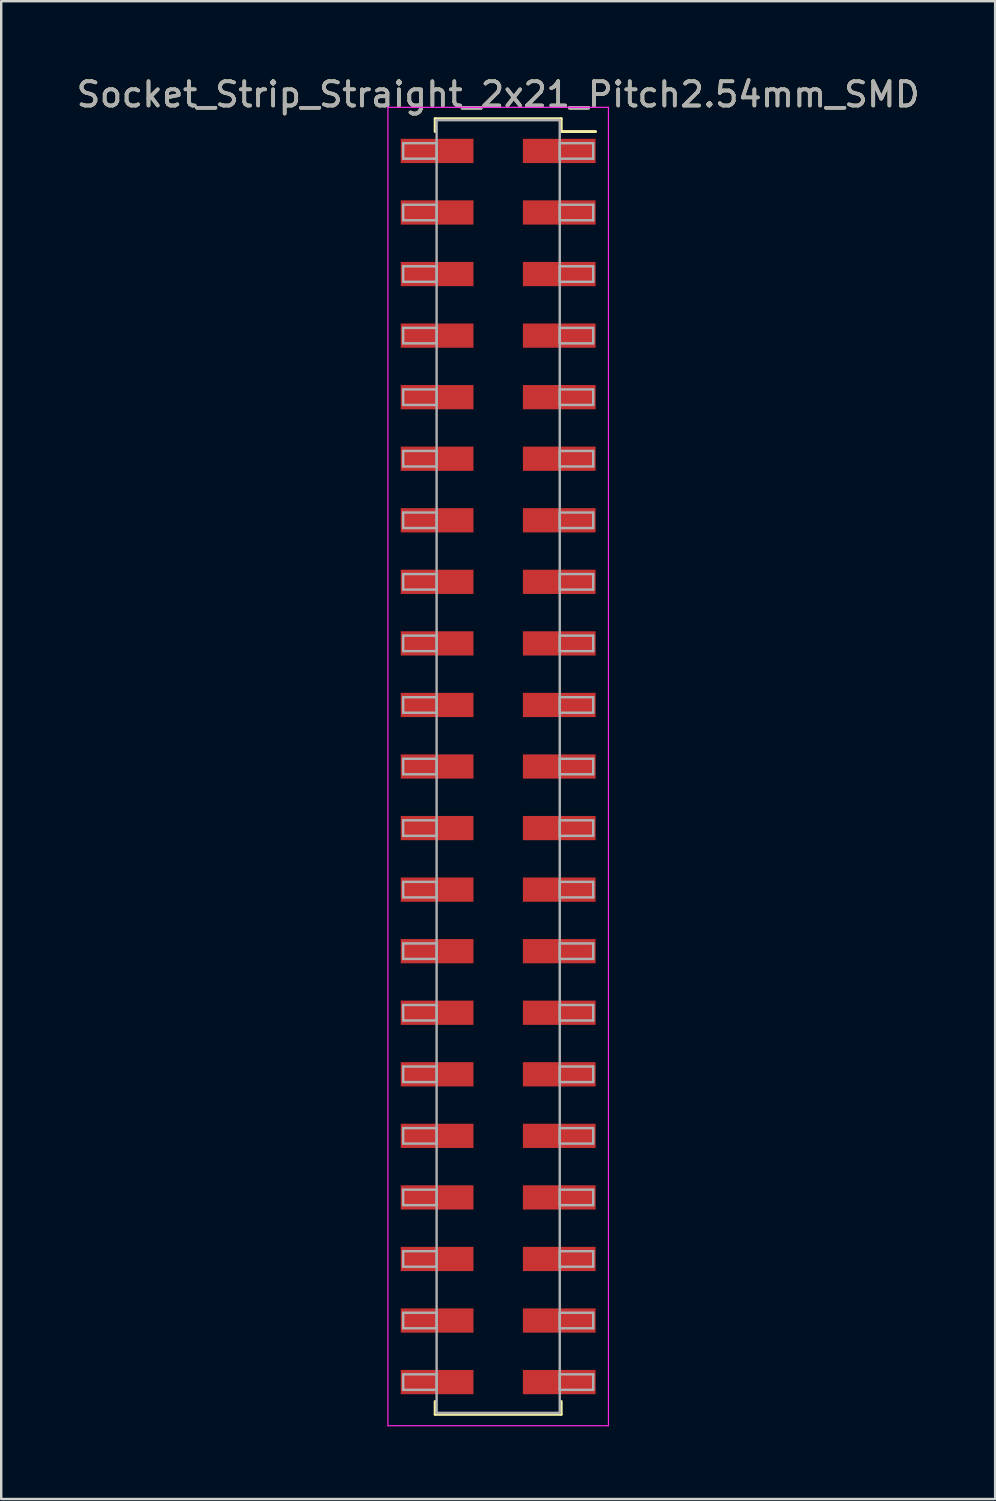
<source format=kicad_pcb>
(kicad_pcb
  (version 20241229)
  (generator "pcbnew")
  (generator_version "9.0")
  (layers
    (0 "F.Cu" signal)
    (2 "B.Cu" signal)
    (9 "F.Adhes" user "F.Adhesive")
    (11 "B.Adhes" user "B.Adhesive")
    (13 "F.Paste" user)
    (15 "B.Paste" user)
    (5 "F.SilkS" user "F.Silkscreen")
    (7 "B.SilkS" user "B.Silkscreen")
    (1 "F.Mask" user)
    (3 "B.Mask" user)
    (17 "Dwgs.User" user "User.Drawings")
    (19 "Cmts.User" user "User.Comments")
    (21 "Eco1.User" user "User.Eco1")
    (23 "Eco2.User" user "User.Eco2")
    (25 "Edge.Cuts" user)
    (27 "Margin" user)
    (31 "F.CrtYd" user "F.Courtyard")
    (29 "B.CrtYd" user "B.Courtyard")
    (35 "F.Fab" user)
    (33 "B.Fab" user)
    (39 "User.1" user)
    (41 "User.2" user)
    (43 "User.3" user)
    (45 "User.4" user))
  (footprint "Socket_Strip_Straight_2x21_Pitch2.54mm_SMD"
    (layer "F.Cu")
    (at 17.506 28.578)
    (property "Reference" "Socket_Strip_Straight_2x21_Pitch2.54mm_SMD" (at 0 -27.73 0) (layer "F.SilkS") (effects (font (size 1 1) (thickness 0.15))))
    (attr smd)
    (fp_line (start -2.6 -26.73) (end 2.6 -26.73) (stroke (width 0.12) (type solid)) (layer "F.SilkS"))
    (fp_line (start -2.6 -26.2) (end -2.6 -26.73) (stroke (width 0.12) (type solid)) (layer "F.SilkS"))
    (fp_line (start -2.6 26.2) (end -2.6 26.73) (stroke (width 0.12) (type solid)) (layer "F.SilkS"))
    (fp_line (start -2.6 26.73) (end 2.6 26.73) (stroke (width 0.12) (type solid)) (layer "F.SilkS"))
    (fp_line (start 2.6 -26.73) (end 2.6 -26.2) (stroke (width 0.12) (type solid)) (layer "F.SilkS"))
    (fp_line (start 2.6 26.73) (end 2.6 26.2) (stroke (width 0.12) (type solid)) (layer "F.SilkS"))
    (fp_line (start 4.02 -26.2) (end 2.6 -26.2) (stroke (width 0.12) (type solid)) (layer "F.SilkS"))
    (fp_line (start -4.55 -27.2) (end -4.55 27.2) (stroke (width 0.05) (type solid)) (layer "F.CrtYd"))
    (fp_line (start -4.55 27.2) (end 4.55 27.2) (stroke (width 0.05) (type solid)) (layer "F.CrtYd"))
    (fp_line (start 4.55 -27.2) (end -4.55 -27.2) (stroke (width 0.05) (type solid)) (layer "F.CrtYd"))
    (fp_line (start 4.55 27.2) (end 4.55 -27.2) (stroke (width 0.05) (type solid)) (layer "F.CrtYd"))
    (fp_line (start -3.92 -25.72) (end -2.54 -25.72) (stroke (width 0.1) (type solid)) (layer "F.Fab"))
    (fp_line (start -3.92 -25.08) (end -3.92 -25.72) (stroke (width 0.1) (type solid)) (layer "F.Fab"))
    (fp_line (start -3.92 -23.18) (end -2.54 -23.18) (stroke (width 0.1) (type solid)) (layer "F.Fab"))
    (fp_line (start -3.92 -22.54) (end -3.92 -23.18) (stroke (width 0.1) (type solid)) (layer "F.Fab"))
    (fp_line (start -3.92 -20.64) (end -2.54 -20.64) (stroke (width 0.1) (type solid)) (layer "F.Fab"))
    (fp_line (start -3.92 -20) (end -3.92 -20.64) (stroke (width 0.1) (type solid)) (layer "F.Fab"))
    (fp_line (start -3.92 -18.1) (end -2.54 -18.1) (stroke (width 0.1) (type solid)) (layer "F.Fab"))
    (fp_line (start -3.92 -17.46) (end -3.92 -18.1) (stroke (width 0.1) (type solid)) (layer "F.Fab"))
    (fp_line (start -3.92 -15.56) (end -2.54 -15.56) (stroke (width 0.1) (type solid)) (layer "F.Fab"))
    (fp_line (start -3.92 -14.92) (end -3.92 -15.56) (stroke (width 0.1) (type solid)) (layer "F.Fab"))
    (fp_line (start -3.92 -13.02) (end -2.54 -13.02) (stroke (width 0.1) (type solid)) (layer "F.Fab"))
    (fp_line (start -3.92 -12.38) (end -3.92 -13.02) (stroke (width 0.1) (type solid)) (layer "F.Fab"))
    (fp_line (start -3.92 -10.48) (end -2.54 -10.48) (stroke (width 0.1) (type solid)) (layer "F.Fab"))
    (fp_line (start -3.92 -9.84) (end -3.92 -10.48) (stroke (width 0.1) (type solid)) (layer "F.Fab"))
    (fp_line (start -3.92 -7.94) (end -2.54 -7.94) (stroke (width 0.1) (type solid)) (layer "F.Fab"))
    (fp_line (start -3.92 -7.3) (end -3.92 -7.94) (stroke (width 0.1) (type solid)) (layer "F.Fab"))
    (fp_line (start -3.92 -5.4) (end -2.54 -5.4) (stroke (width 0.1) (type solid)) (layer "F.Fab"))
    (fp_line (start -3.92 -4.76) (end -3.92 -5.4) (stroke (width 0.1) (type solid)) (layer "F.Fab"))
    (fp_line (start -3.92 -2.86) (end -2.54 -2.86) (stroke (width 0.1) (type solid)) (layer "F.Fab"))
    (fp_line (start -3.92 -2.22) (end -3.92 -2.86) (stroke (width 0.1) (type solid)) (layer "F.Fab"))
    (fp_line (start -3.92 -0.32) (end -2.54 -0.32) (stroke (width 0.1) (type solid)) (layer "F.Fab"))
    (fp_line (start -3.92 0.32) (end -3.92 -0.32) (stroke (width 0.1) (type solid)) (layer "F.Fab"))
    (fp_line (start -3.92 2.22) (end -2.54 2.22) (stroke (width 0.1) (type solid)) (layer "F.Fab"))
    (fp_line (start -3.92 2.86) (end -3.92 2.22) (stroke (width 0.1) (type solid)) (layer "F.Fab"))
    (fp_line (start -3.92 4.76) (end -2.54 4.76) (stroke (width 0.1) (type solid)) (layer "F.Fab"))
    (fp_line (start -3.92 5.4) (end -3.92 4.76) (stroke (width 0.1) (type solid)) (layer "F.Fab"))
    (fp_line (start -3.92 7.3) (end -2.54 7.3) (stroke (width 0.1) (type solid)) (layer "F.Fab"))
    (fp_line (start -3.92 7.94) (end -3.92 7.3) (stroke (width 0.1) (type solid)) (layer "F.Fab"))
    (fp_line (start -3.92 9.84) (end -2.54 9.84) (stroke (width 0.1) (type solid)) (layer "F.Fab"))
    (fp_line (start -3.92 10.48) (end -3.92 9.84) (stroke (width 0.1) (type solid)) (layer "F.Fab"))
    (fp_line (start -3.92 12.38) (end -2.54 12.38) (stroke (width 0.1) (type solid)) (layer "F.Fab"))
    (fp_line (start -3.92 13.02) (end -3.92 12.38) (stroke (width 0.1) (type solid)) (layer "F.Fab"))
    (fp_line (start -3.92 14.92) (end -2.54 14.92) (stroke (width 0.1) (type solid)) (layer "F.Fab"))
    (fp_line (start -3.92 15.56) (end -3.92 14.92) (stroke (width 0.1) (type solid)) (layer "F.Fab"))
    (fp_line (start -3.92 17.46) (end -2.54 17.46) (stroke (width 0.1) (type solid)) (layer "F.Fab"))
    (fp_line (start -3.92 18.1) (end -3.92 17.46) (stroke (width 0.1) (type solid)) (layer "F.Fab"))
    (fp_line (start -3.92 20) (end -2.54 20) (stroke (width 0.1) (type solid)) (layer "F.Fab"))
    (fp_line (start -3.92 20.64) (end -3.92 20) (stroke (width 0.1) (type solid)) (layer "F.Fab"))
    (fp_line (start -3.92 22.54) (end -2.54 22.54) (stroke (width 0.1) (type solid)) (layer "F.Fab"))
    (fp_line (start -3.92 23.18) (end -3.92 22.54) (stroke (width 0.1) (type solid)) (layer "F.Fab"))
    (fp_line (start -3.92 25.08) (end -2.54 25.08) (stroke (width 0.1) (type solid)) (layer "F.Fab"))
    (fp_line (start -3.92 25.72) (end -3.92 25.08) (stroke (width 0.1) (type solid)) (layer "F.Fab"))
    (fp_line (start -2.54 -26.67) (end -2.54 26.67) (stroke (width 0.1) (type solid)) (layer "F.Fab"))
    (fp_line (start -2.54 -25.72) (end -2.54 -25.08) (stroke (width 0.1) (type solid)) (layer "F.Fab"))
    (fp_line (start -2.54 -25.08) (end -3.92 -25.08) (stroke (width 0.1) (type solid)) (layer "F.Fab"))
    (fp_line (start -2.54 -23.18) (end -2.54 -22.54) (stroke (width 0.1) (type solid)) (layer "F.Fab"))
    (fp_line (start -2.54 -22.54) (end -3.92 -22.54) (stroke (width 0.1) (type solid)) (layer "F.Fab"))
    (fp_line (start -2.54 -20.64) (end -2.54 -20) (stroke (width 0.1) (type solid)) (layer "F.Fab"))
    (fp_line (start -2.54 -20) (end -3.92 -20) (stroke (width 0.1) (type solid)) (layer "F.Fab"))
    (fp_line (start -2.54 -18.1) (end -2.54 -17.46) (stroke (width 0.1) (type solid)) (layer "F.Fab"))
    (fp_line (start -2.54 -17.46) (end -3.92 -17.46) (stroke (width 0.1) (type solid)) (layer "F.Fab"))
    (fp_line (start -2.54 -15.56) (end -2.54 -14.92) (stroke (width 0.1) (type solid)) (layer "F.Fab"))
    (fp_line (start -2.54 -14.92) (end -3.92 -14.92) (stroke (width 0.1) (type solid)) (layer "F.Fab"))
    (fp_line (start -2.54 -13.02) (end -2.54 -12.38) (stroke (width 0.1) (type solid)) (layer "F.Fab"))
    (fp_line (start -2.54 -12.38) (end -3.92 -12.38) (stroke (width 0.1) (type solid)) (layer "F.Fab"))
    (fp_line (start -2.54 -10.48) (end -2.54 -9.84) (stroke (width 0.1) (type solid)) (layer "F.Fab"))
    (fp_line (start -2.54 -9.84) (end -3.92 -9.84) (stroke (width 0.1) (type solid)) (layer "F.Fab"))
    (fp_line (start -2.54 -7.94) (end -2.54 -7.3) (stroke (width 0.1) (type solid)) (layer "F.Fab"))
    (fp_line (start -2.54 -7.3) (end -3.92 -7.3) (stroke (width 0.1) (type solid)) (layer "F.Fab"))
    (fp_line (start -2.54 -5.4) (end -2.54 -4.76) (stroke (width 0.1) (type solid)) (layer "F.Fab"))
    (fp_line (start -2.54 -4.76) (end -3.92 -4.76) (stroke (width 0.1) (type solid)) (layer "F.Fab"))
    (fp_line (start -2.54 -2.86) (end -2.54 -2.22) (stroke (width 0.1) (type solid)) (layer "F.Fab"))
    (fp_line (start -2.54 -2.22) (end -3.92 -2.22) (stroke (width 0.1) (type solid)) (layer "F.Fab"))
    (fp_line (start -2.54 -0.32) (end -2.54 0.32) (stroke (width 0.1) (type solid)) (layer "F.Fab"))
    (fp_line (start -2.54 0.32) (end -3.92 0.32) (stroke (width 0.1) (type solid)) (layer "F.Fab"))
    (fp_line (start -2.54 2.22) (end -2.54 2.86) (stroke (width 0.1) (type solid)) (layer "F.Fab"))
    (fp_line (start -2.54 2.86) (end -3.92 2.86) (stroke (width 0.1) (type solid)) (layer "F.Fab"))
    (fp_line (start -2.54 4.76) (end -2.54 5.4) (stroke (width 0.1) (type solid)) (layer "F.Fab"))
    (fp_line (start -2.54 5.4) (end -3.92 5.4) (stroke (width 0.1) (type solid)) (layer "F.Fab"))
    (fp_line (start -2.54 7.3) (end -2.54 7.94) (stroke (width 0.1) (type solid)) (layer "F.Fab"))
    (fp_line (start -2.54 7.94) (end -3.92 7.94) (stroke (width 0.1) (type solid)) (layer "F.Fab"))
    (fp_line (start -2.54 9.84) (end -2.54 10.48) (stroke (width 0.1) (type solid)) (layer "F.Fab"))
    (fp_line (start -2.54 10.48) (end -3.92 10.48) (stroke (width 0.1) (type solid)) (layer "F.Fab"))
    (fp_line (start -2.54 12.38) (end -2.54 13.02) (stroke (width 0.1) (type solid)) (layer "F.Fab"))
    (fp_line (start -2.54 13.02) (end -3.92 13.02) (stroke (width 0.1) (type solid)) (layer "F.Fab"))
    (fp_line (start -2.54 14.92) (end -2.54 15.56) (stroke (width 0.1) (type solid)) (layer "F.Fab"))
    (fp_line (start -2.54 15.56) (end -3.92 15.56) (stroke (width 0.1) (type solid)) (layer "F.Fab"))
    (fp_line (start -2.54 17.46) (end -2.54 18.1) (stroke (width 0.1) (type solid)) (layer "F.Fab"))
    (fp_line (start -2.54 18.1) (end -3.92 18.1) (stroke (width 0.1) (type solid)) (layer "F.Fab"))
    (fp_line (start -2.54 20) (end -2.54 20.64) (stroke (width 0.1) (type solid)) (layer "F.Fab"))
    (fp_line (start -2.54 20.64) (end -3.92 20.64) (stroke (width 0.1) (type solid)) (layer "F.Fab"))
    (fp_line (start -2.54 22.54) (end -2.54 23.18) (stroke (width 0.1) (type solid)) (layer "F.Fab"))
    (fp_line (start -2.54 23.18) (end -3.92 23.18) (stroke (width 0.1) (type solid)) (layer "F.Fab"))
    (fp_line (start -2.54 25.08) (end -2.54 25.72) (stroke (width 0.1) (type solid)) (layer "F.Fab"))
    (fp_line (start -2.54 25.72) (end -3.92 25.72) (stroke (width 0.1) (type solid)) (layer "F.Fab"))
    (fp_line (start -2.54 26.67) (end 2.54 26.67) (stroke (width 0.1) (type solid)) (layer "F.Fab"))
    (fp_line (start 2.54 -26.67) (end -2.54 -26.67) (stroke (width 0.1) (type solid)) (layer "F.Fab"))
    (fp_line (start 2.54 -25.72) (end 2.54 -25.08) (stroke (width 0.1) (type solid)) (layer "F.Fab"))
    (fp_line (start 2.54 -25.08) (end 3.92 -25.08) (stroke (width 0.1) (type solid)) (layer "F.Fab"))
    (fp_line (start 2.54 -23.18) (end 2.54 -22.54) (stroke (width 0.1) (type solid)) (layer "F.Fab"))
    (fp_line (start 2.54 -22.54) (end 3.92 -22.54) (stroke (width 0.1) (type solid)) (layer "F.Fab"))
    (fp_line (start 2.54 -20.64) (end 2.54 -20) (stroke (width 0.1) (type solid)) (layer "F.Fab"))
    (fp_line (start 2.54 -20) (end 3.92 -20) (stroke (width 0.1) (type solid)) (layer "F.Fab"))
    (fp_line (start 2.54 -18.1) (end 2.54 -17.46) (stroke (width 0.1) (type solid)) (layer "F.Fab"))
    (fp_line (start 2.54 -17.46) (end 3.92 -17.46) (stroke (width 0.1) (type solid)) (layer "F.Fab"))
    (fp_line (start 2.54 -15.56) (end 2.54 -14.92) (stroke (width 0.1) (type solid)) (layer "F.Fab"))
    (fp_line (start 2.54 -14.92) (end 3.92 -14.92) (stroke (width 0.1) (type solid)) (layer "F.Fab"))
    (fp_line (start 2.54 -13.02) (end 2.54 -12.38) (stroke (width 0.1) (type solid)) (layer "F.Fab"))
    (fp_line (start 2.54 -12.38) (end 3.92 -12.38) (stroke (width 0.1) (type solid)) (layer "F.Fab"))
    (fp_line (start 2.54 -10.48) (end 2.54 -9.84) (stroke (width 0.1) (type solid)) (layer "F.Fab"))
    (fp_line (start 2.54 -9.84) (end 3.92 -9.84) (stroke (width 0.1) (type solid)) (layer "F.Fab"))
    (fp_line (start 2.54 -7.94) (end 2.54 -7.3) (stroke (width 0.1) (type solid)) (layer "F.Fab"))
    (fp_line (start 2.54 -7.3) (end 3.92 -7.3) (stroke (width 0.1) (type solid)) (layer "F.Fab"))
    (fp_line (start 2.54 -5.4) (end 2.54 -4.76) (stroke (width 0.1) (type solid)) (layer "F.Fab"))
    (fp_line (start 2.54 -4.76) (end 3.92 -4.76) (stroke (width 0.1) (type solid)) (layer "F.Fab"))
    (fp_line (start 2.54 -2.86) (end 2.54 -2.22) (stroke (width 0.1) (type solid)) (layer "F.Fab"))
    (fp_line (start 2.54 -2.22) (end 3.92 -2.22) (stroke (width 0.1) (type solid)) (layer "F.Fab"))
    (fp_line (start 2.54 -0.32) (end 2.54 0.32) (stroke (width 0.1) (type solid)) (layer "F.Fab"))
    (fp_line (start 2.54 0.32) (end 3.92 0.32) (stroke (width 0.1) (type solid)) (layer "F.Fab"))
    (fp_line (start 2.54 2.22) (end 2.54 2.86) (stroke (width 0.1) (type solid)) (layer "F.Fab"))
    (fp_line (start 2.54 2.86) (end 3.92 2.86) (stroke (width 0.1) (type solid)) (layer "F.Fab"))
    (fp_line (start 2.54 4.76) (end 2.54 5.4) (stroke (width 0.1) (type solid)) (layer "F.Fab"))
    (fp_line (start 2.54 5.4) (end 3.92 5.4) (stroke (width 0.1) (type solid)) (layer "F.Fab"))
    (fp_line (start 2.54 7.3) (end 2.54 7.94) (stroke (width 0.1) (type solid)) (layer "F.Fab"))
    (fp_line (start 2.54 7.94) (end 3.92 7.94) (stroke (width 0.1) (type solid)) (layer "F.Fab"))
    (fp_line (start 2.54 9.84) (end 2.54 10.48) (stroke (width 0.1) (type solid)) (layer "F.Fab"))
    (fp_line (start 2.54 10.48) (end 3.92 10.48) (stroke (width 0.1) (type solid)) (layer "F.Fab"))
    (fp_line (start 2.54 12.38) (end 2.54 13.02) (stroke (width 0.1) (type solid)) (layer "F.Fab"))
    (fp_line (start 2.54 13.02) (end 3.92 13.02) (stroke (width 0.1) (type solid)) (layer "F.Fab"))
    (fp_line (start 2.54 14.92) (end 2.54 15.56) (stroke (width 0.1) (type solid)) (layer "F.Fab"))
    (fp_line (start 2.54 15.56) (end 3.92 15.56) (stroke (width 0.1) (type solid)) (layer "F.Fab"))
    (fp_line (start 2.54 17.46) (end 2.54 18.1) (stroke (width 0.1) (type solid)) (layer "F.Fab"))
    (fp_line (start 2.54 18.1) (end 3.92 18.1) (stroke (width 0.1) (type solid)) (layer "F.Fab"))
    (fp_line (start 2.54 20) (end 2.54 20.64) (stroke (width 0.1) (type solid)) (layer "F.Fab"))
    (fp_line (start 2.54 20.64) (end 3.92 20.64) (stroke (width 0.1) (type solid)) (layer "F.Fab"))
    (fp_line (start 2.54 22.54) (end 2.54 23.18) (stroke (width 0.1) (type solid)) (layer "F.Fab"))
    (fp_line (start 2.54 23.18) (end 3.92 23.18) (stroke (width 0.1) (type solid)) (layer "F.Fab"))
    (fp_line (start 2.54 25.08) (end 2.54 25.72) (stroke (width 0.1) (type solid)) (layer "F.Fab"))
    (fp_line (start 2.54 25.72) (end 3.92 25.72) (stroke (width 0.1) (type solid)) (layer "F.Fab"))
    (fp_line (start 2.54 26.67) (end 2.54 -26.67) (stroke (width 0.1) (type solid)) (layer "F.Fab"))
    (fp_line (start 3.92 -25.72) (end 2.54 -25.72) (stroke (width 0.1) (type solid)) (layer "F.Fab"))
    (fp_line (start 3.92 -25.08) (end 3.92 -25.72) (stroke (width 0.1) (type solid)) (layer "F.Fab"))
    (fp_line (start 3.92 -23.18) (end 2.54 -23.18) (stroke (width 0.1) (type solid)) (layer "F.Fab"))
    (fp_line (start 3.92 -22.54) (end 3.92 -23.18) (stroke (width 0.1) (type solid)) (layer "F.Fab"))
    (fp_line (start 3.92 -20.64) (end 2.54 -20.64) (stroke (width 0.1) (type solid)) (layer "F.Fab"))
    (fp_line (start 3.92 -20) (end 3.92 -20.64) (stroke (width 0.1) (type solid)) (layer "F.Fab"))
    (fp_line (start 3.92 -18.1) (end 2.54 -18.1) (stroke (width 0.1) (type solid)) (layer "F.Fab"))
    (fp_line (start 3.92 -17.46) (end 3.92 -18.1) (stroke (width 0.1) (type solid)) (layer "F.Fab"))
    (fp_line (start 3.92 -15.56) (end 2.54 -15.56) (stroke (width 0.1) (type solid)) (layer "F.Fab"))
    (fp_line (start 3.92 -14.92) (end 3.92 -15.56) (stroke (width 0.1) (type solid)) (layer "F.Fab"))
    (fp_line (start 3.92 -13.02) (end 2.54 -13.02) (stroke (width 0.1) (type solid)) (layer "F.Fab"))
    (fp_line (start 3.92 -12.38) (end 3.92 -13.02) (stroke (width 0.1) (type solid)) (layer "F.Fab"))
    (fp_line (start 3.92 -10.48) (end 2.54 -10.48) (stroke (width 0.1) (type solid)) (layer "F.Fab"))
    (fp_line (start 3.92 -9.84) (end 3.92 -10.48) (stroke (width 0.1) (type solid)) (layer "F.Fab"))
    (fp_line (start 3.92 -7.94) (end 2.54 -7.94) (stroke (width 0.1) (type solid)) (layer "F.Fab"))
    (fp_line (start 3.92 -7.3) (end 3.92 -7.94) (stroke (width 0.1) (type solid)) (layer "F.Fab"))
    (fp_line (start 3.92 -5.4) (end 2.54 -5.4) (stroke (width 0.1) (type solid)) (layer "F.Fab"))
    (fp_line (start 3.92 -4.76) (end 3.92 -5.4) (stroke (width 0.1) (type solid)) (layer "F.Fab"))
    (fp_line (start 3.92 -2.86) (end 2.54 -2.86) (stroke (width 0.1) (type solid)) (layer "F.Fab"))
    (fp_line (start 3.92 -2.22) (end 3.92 -2.86) (stroke (width 0.1) (type solid)) (layer "F.Fab"))
    (fp_line (start 3.92 -0.32) (end 2.54 -0.32) (stroke (width 0.1) (type solid)) (layer "F.Fab"))
    (fp_line (start 3.92 0.32) (end 3.92 -0.32) (stroke (width 0.1) (type solid)) (layer "F.Fab"))
    (fp_line (start 3.92 2.22) (end 2.54 2.22) (stroke (width 0.1) (type solid)) (layer "F.Fab"))
    (fp_line (start 3.92 2.86) (end 3.92 2.22) (stroke (width 0.1) (type solid)) (layer "F.Fab"))
    (fp_line (start 3.92 4.76) (end 2.54 4.76) (stroke (width 0.1) (type solid)) (layer "F.Fab"))
    (fp_line (start 3.92 5.4) (end 3.92 4.76) (stroke (width 0.1) (type solid)) (layer "F.Fab"))
    (fp_line (start 3.92 7.3) (end 2.54 7.3) (stroke (width 0.1) (type solid)) (layer "F.Fab"))
    (fp_line (start 3.92 7.94) (end 3.92 7.3) (stroke (width 0.1) (type solid)) (layer "F.Fab"))
    (fp_line (start 3.92 9.84) (end 2.54 9.84) (stroke (width 0.1) (type solid)) (layer "F.Fab"))
    (fp_line (start 3.92 10.48) (end 3.92 9.84) (stroke (width 0.1) (type solid)) (layer "F.Fab"))
    (fp_line (start 3.92 12.38) (end 2.54 12.38) (stroke (width 0.1) (type solid)) (layer "F.Fab"))
    (fp_line (start 3.92 13.02) (end 3.92 12.38) (stroke (width 0.1) (type solid)) (layer "F.Fab"))
    (fp_line (start 3.92 14.92) (end 2.54 14.92) (stroke (width 0.1) (type solid)) (layer "F.Fab"))
    (fp_line (start 3.92 15.56) (end 3.92 14.92) (stroke (width 0.1) (type solid)) (layer "F.Fab"))
    (fp_line (start 3.92 17.46) (end 2.54 17.46) (stroke (width 0.1) (type solid)) (layer "F.Fab"))
    (fp_line (start 3.92 18.1) (end 3.92 17.46) (stroke (width 0.1) (type solid)) (layer "F.Fab"))
    (fp_line (start 3.92 20) (end 2.54 20) (stroke (width 0.1) (type solid)) (layer "F.Fab"))
    (fp_line (start 3.92 20.64) (end 3.92 20) (stroke (width 0.1) (type solid)) (layer "F.Fab"))
    (fp_line (start 3.92 22.54) (end 2.54 22.54) (stroke (width 0.1) (type solid)) (layer "F.Fab"))
    (fp_line (start 3.92 23.18) (end 3.92 22.54) (stroke (width 0.1) (type solid)) (layer "F.Fab"))
    (fp_line (start 3.92 25.08) (end 2.54 25.08) (stroke (width 0.1) (type solid)) (layer "F.Fab"))
    (fp_line (start 3.92 25.72) (end 3.92 25.08) (stroke (width 0.1) (type solid)) (layer "F.Fab"))
    (fp_text user "${REFERENCE}" (at 0 -27.73 0) (layer "F.Fab") (effects (font (size 1 1) (thickness 0.15))))
    (pad "1" smd rect (at 2.52 -25.4) (size 3 1) (layers "F.Cu" "F.Mask" "F.Paste"))
    (pad "2" smd rect (at -2.52 -25.4) (size 3 1) (layers "F.Cu" "F.Mask" "F.Paste"))
    (pad "3" smd rect (at 2.52 -22.86) (size 3 1) (layers "F.Cu" "F.Mask" "F.Paste"))
    (pad "4" smd rect (at -2.52 -22.86) (size 3 1) (layers "F.Cu" "F.Mask" "F.Paste"))
    (pad "5" smd rect (at 2.52 -20.32) (size 3 1) (layers "F.Cu" "F.Mask" "F.Paste"))
    (pad "6" smd rect (at -2.52 -20.32) (size 3 1) (layers "F.Cu" "F.Mask" "F.Paste"))
    (pad "7" smd rect (at 2.52 -17.78) (size 3 1) (layers "F.Cu" "F.Mask" "F.Paste"))
    (pad "8" smd rect (at -2.52 -17.78) (size 3 1) (layers "F.Cu" "F.Mask" "F.Paste"))
    (pad "9" smd rect (at 2.52 -15.24) (size 3 1) (layers "F.Cu" "F.Mask" "F.Paste"))
    (pad "10" smd rect (at -2.52 -15.24) (size 3 1) (layers "F.Cu" "F.Mask" "F.Paste"))
    (pad "11" smd rect (at 2.52 -12.7) (size 3 1) (layers "F.Cu" "F.Mask" "F.Paste"))
    (pad "12" smd rect (at -2.52 -12.7) (size 3 1) (layers "F.Cu" "F.Mask" "F.Paste"))
    (pad "13" smd rect (at 2.52 -10.16) (size 3 1) (layers "F.Cu" "F.Mask" "F.Paste"))
    (pad "14" smd rect (at -2.52 -10.16) (size 3 1) (layers "F.Cu" "F.Mask" "F.Paste"))
    (pad "15" smd rect (at 2.52 -7.62) (size 3 1) (layers "F.Cu" "F.Mask" "F.Paste"))
    (pad "16" smd rect (at -2.52 -7.62) (size 3 1) (layers "F.Cu" "F.Mask" "F.Paste"))
    (pad "17" smd rect (at 2.52 -5.08) (size 3 1) (layers "F.Cu" "F.Mask" "F.Paste"))
    (pad "18" smd rect (at -2.52 -5.08) (size 3 1) (layers "F.Cu" "F.Mask" "F.Paste"))
    (pad "19" smd rect (at 2.52 -2.54) (size 3 1) (layers "F.Cu" "F.Mask" "F.Paste"))
    (pad "20" smd rect (at -2.52 -2.54) (size 3 1) (layers "F.Cu" "F.Mask" "F.Paste"))
    (pad "21" smd rect (at 2.52 0) (size 3 1) (layers "F.Cu" "F.Mask" "F.Paste"))
    (pad "22" smd rect (at -2.52 0) (size 3 1) (layers "F.Cu" "F.Mask" "F.Paste"))
    (pad "23" smd rect (at 2.52 2.54) (size 3 1) (layers "F.Cu" "F.Mask" "F.Paste"))
    (pad "24" smd rect (at -2.52 2.54) (size 3 1) (layers "F.Cu" "F.Mask" "F.Paste"))
    (pad "25" smd rect (at 2.52 5.08) (size 3 1) (layers "F.Cu" "F.Mask" "F.Paste"))
    (pad "26" smd rect (at -2.52 5.08) (size 3 1) (layers "F.Cu" "F.Mask" "F.Paste"))
    (pad "27" smd rect (at 2.52 7.62) (size 3 1) (layers "F.Cu" "F.Mask" "F.Paste"))
    (pad "28" smd rect (at -2.52 7.62) (size 3 1) (layers "F.Cu" "F.Mask" "F.Paste"))
    (pad "29" smd rect (at 2.52 10.16) (size 3 1) (layers "F.Cu" "F.Mask" "F.Paste"))
    (pad "30" smd rect (at -2.52 10.16) (size 3 1) (layers "F.Cu" "F.Mask" "F.Paste"))
    (pad "31" smd rect (at 2.52 12.7) (size 3 1) (layers "F.Cu" "F.Mask" "F.Paste"))
    (pad "32" smd rect (at -2.52 12.7) (size 3 1) (layers "F.Cu" "F.Mask" "F.Paste"))
    (pad "33" smd rect (at 2.52 15.24) (size 3 1) (layers "F.Cu" "F.Mask" "F.Paste"))
    (pad "34" smd rect (at -2.52 15.24) (size 3 1) (layers "F.Cu" "F.Mask" "F.Paste"))
    (pad "35" smd rect (at 2.52 17.78) (size 3 1) (layers "F.Cu" "F.Mask" "F.Paste"))
    (pad "36" smd rect (at -2.52 17.78) (size 3 1) (layers "F.Cu" "F.Mask" "F.Paste"))
    (pad "37" smd rect (at 2.52 20.32) (size 3 1) (layers "F.Cu" "F.Mask" "F.Paste"))
    (pad "38" smd rect (at -2.52 20.32) (size 3 1) (layers "F.Cu" "F.Mask" "F.Paste"))
    (pad "39" smd rect (at 2.52 22.86) (size 3 1) (layers "F.Cu" "F.Mask" "F.Paste"))
    (pad "40" smd rect (at -2.52 22.86) (size 3 1) (layers "F.Cu" "F.Mask" "F.Paste"))
    (pad "41" smd rect (at 2.52 25.4) (size 3 1) (layers "F.Cu" "F.Mask" "F.Paste"))
    (pad "42" smd rect (at -2.52 25.4) (size 3 1) (layers "F.Cu" "F.Mask" "F.Paste")))
  (gr_rect
    (start -3 -3)
    (end 38.012 58.803)
    (stroke (width 0.1) (type default))
    (fill no)
    (layer "Edge.Cuts")))
</source>
